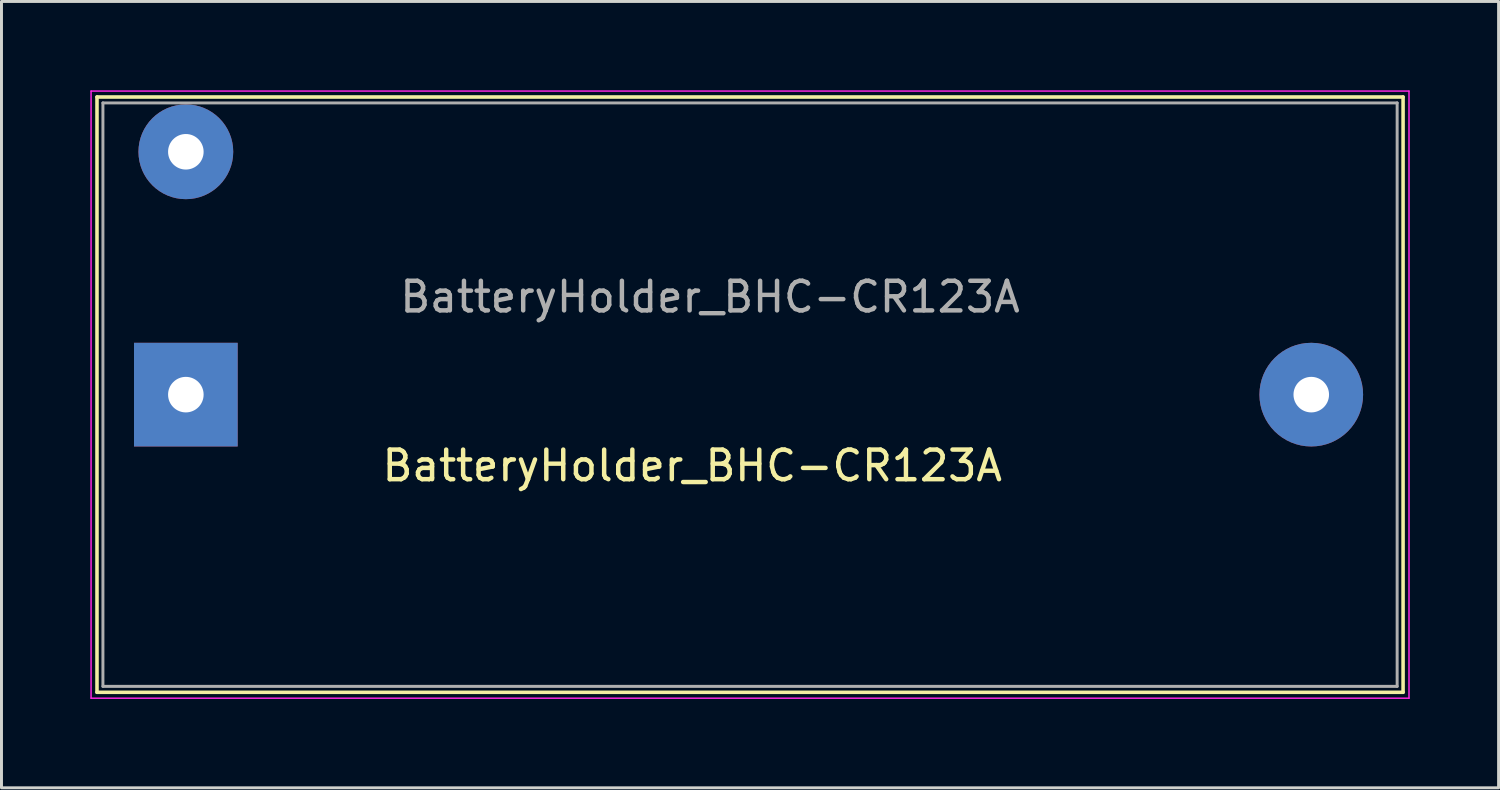
<source format=kicad_pcb>
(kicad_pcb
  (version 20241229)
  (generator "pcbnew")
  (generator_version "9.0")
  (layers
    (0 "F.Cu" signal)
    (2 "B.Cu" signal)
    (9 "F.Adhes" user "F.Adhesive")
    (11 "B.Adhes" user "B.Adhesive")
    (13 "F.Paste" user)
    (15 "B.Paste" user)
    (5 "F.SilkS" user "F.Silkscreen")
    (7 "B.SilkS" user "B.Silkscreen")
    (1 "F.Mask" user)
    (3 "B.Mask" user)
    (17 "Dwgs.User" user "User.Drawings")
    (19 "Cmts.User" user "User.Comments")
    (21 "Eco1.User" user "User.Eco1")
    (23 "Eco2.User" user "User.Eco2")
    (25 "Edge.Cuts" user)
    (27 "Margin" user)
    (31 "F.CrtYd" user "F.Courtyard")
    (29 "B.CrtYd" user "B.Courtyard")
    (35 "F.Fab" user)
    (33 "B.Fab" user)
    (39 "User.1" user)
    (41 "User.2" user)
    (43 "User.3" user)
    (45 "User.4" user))
  (footprint "BatteryHolder_BHC-CR123A"
    (layer "F.Cu")
    (at 3.225 10.275)
    (property "Reference" "BatteryHolder_BHC-CR123A" (at 17.1 2.4 0) (layer "F.SilkS") (effects (font (size 1 1) (thickness 0.15))))
    (attr through_hole)
    (fp_line (start -3 -10.05) (end 41.1 -10.05) (stroke (width 0.12) (type solid)) (layer "F.SilkS"))
    (fp_line (start -3 10.05) (end -3 -10.05) (stroke (width 0.12) (type solid)) (layer "F.SilkS"))
    (fp_line (start 41.1 -10.05) (end 41.1 10.05) (stroke (width 0.12) (type solid)) (layer "F.SilkS"))
    (fp_line (start 41.1 10.05) (end -3 10.05) (stroke (width 0.12) (type solid)) (layer "F.SilkS"))
    (fp_line (start -3.2 -10.25) (end 41.3 -10.25) (stroke (width 0.05) (type solid)) (layer "F.CrtYd"))
    (fp_line (start -3.2 10.25) (end -3.2 -10.25) (stroke (width 0.05) (type solid)) (layer "F.CrtYd"))
    (fp_line (start 41.3 -10.25) (end 41.3 10.25) (stroke (width 0.05) (type solid)) (layer "F.CrtYd"))
    (fp_line (start 41.3 10.25) (end -3.2 10.25) (stroke (width 0.05) (type solid)) (layer "F.CrtYd"))
    (fp_line (start -2.8 -9.85) (end 40.9 -9.85) (stroke (width 0.1) (type solid)) (layer "F.Fab"))
    (fp_line (start -2.8 9.85) (end -2.8 -9.85) (stroke (width 0.1) (type solid)) (layer "F.Fab"))
    (fp_line (start 40.9 -9.85) (end 40.9 9.85) (stroke (width 0.1) (type solid)) (layer "F.Fab"))
    (fp_line (start 40.9 9.85) (end -2.8 9.85) (stroke (width 0.1) (type solid)) (layer "F.Fab"))
    (fp_text user "${REFERENCE}" (at 17.7 -3.3 0) (layer "F.Fab") (effects (font (size 1 1) (thickness 0.15))))
    (pad "" thru_hole circle (at 0 -8.2) (size 3.2 3.2) (drill 1.2) (layers "*.Cu" "*.Mask"))
    (pad "1" thru_hole rect (at 0 0) (size 3.5 3.5) (drill 1.2) (layers "*.Cu" "*.Mask"))
    (pad "2" thru_hole circle (at 38 0) (size 3.5 3.5) (drill 1.2) (layers "*.Cu" "*.Mask")))
  (gr_rect
    (start -3 -3)
    (end 47.55 23.55)
    (stroke (width 0.1) (type default))
    (fill no)
    (layer "Edge.Cuts")))
</source>
